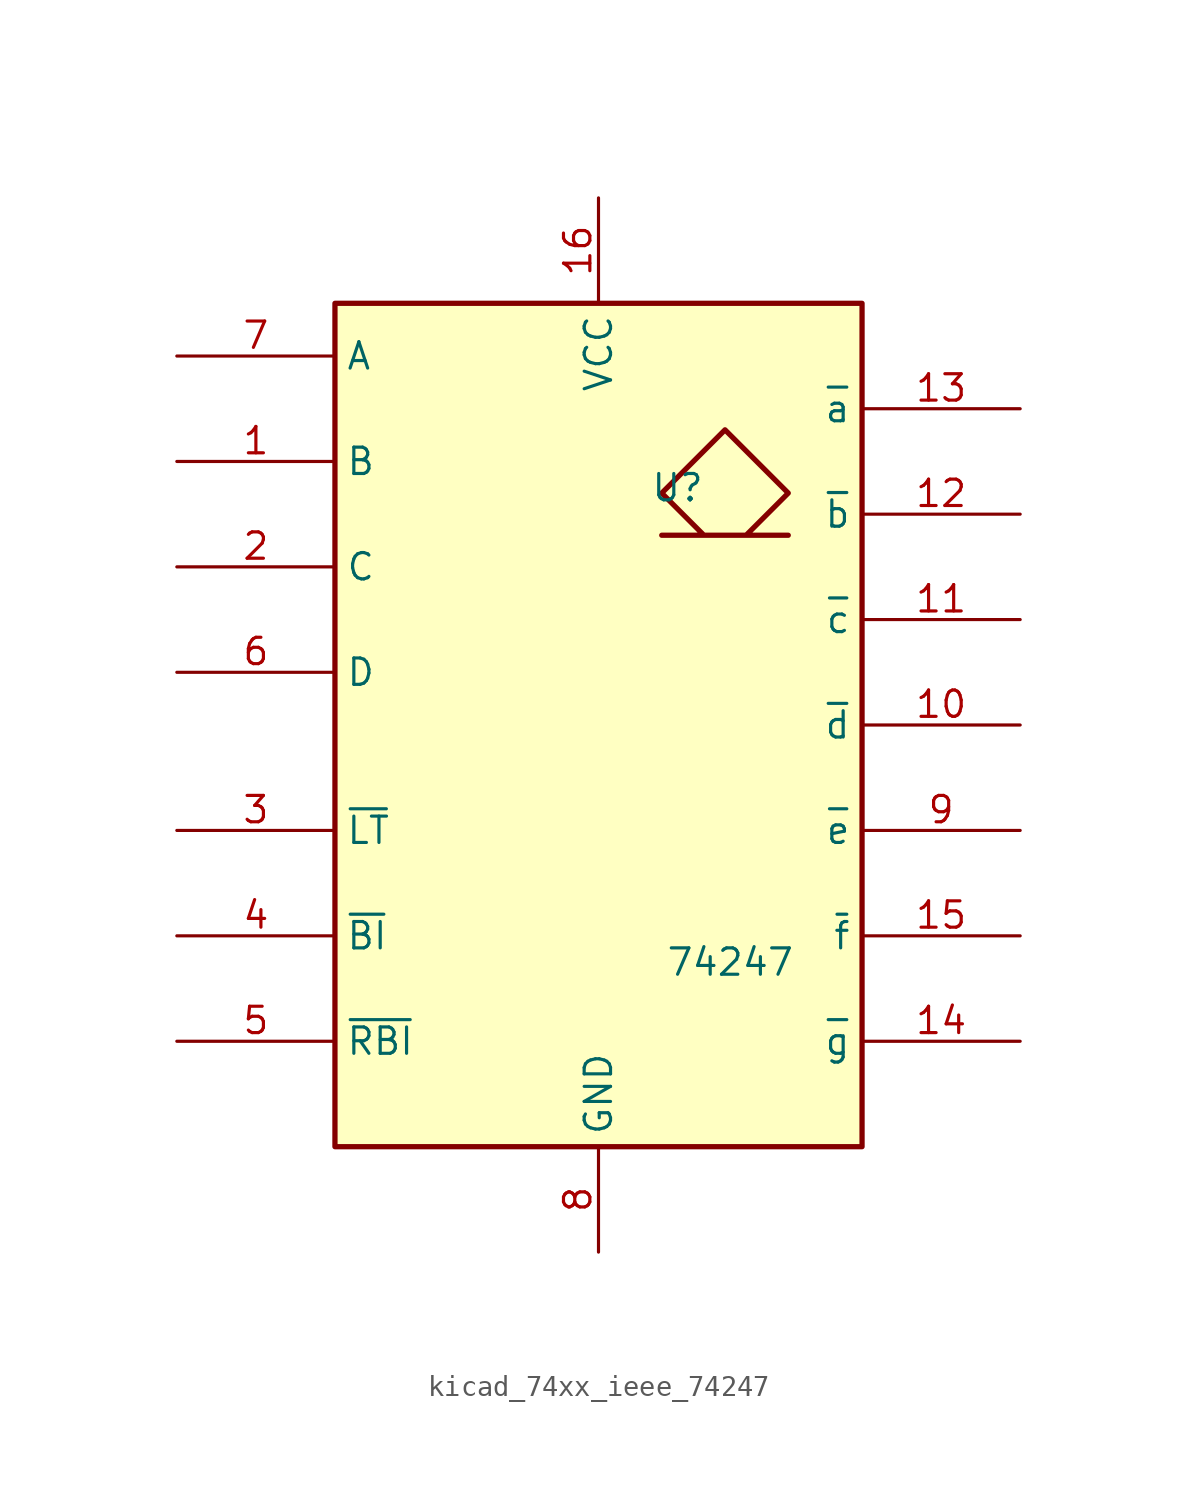
<source format=kicad_sym>
(kicad_symbol_lib
  (version 20220914)
  (generator kicad_symbol_editor)
  (symbol "kicad_74xx_ieee_74247"
    (property "Reference" "U"
      (at 3.81 11.43 0)
      (effects (font (size 1.27 1.27))))
    (property "Value" "74247"
      (at 6.35 -11.43 0)
      (effects (font (size 1.27 1.27))))
    (symbol "kicad_74xx_ieee_74247_0_0"
      (rectangle (start -12.7 20.32) (end 12.7 -20.32) (stroke (width 0.254) (type default)) (fill (type background)))
      (polyline (pts (xy 7.112 9.144) (xy 9.144 11.176) (xy 6.096 14.224) (xy 3.048 11.176) (xy 5.08 9.144) (xy 3.048 9.144) (xy 9.144 9.144) (xy 9.144 9.144)) (stroke (width 0.254) (type default)) (fill (type background)))
      (pin power_in line (at 0 25.4 270) (length 5.08) (name "VCC" (effects (font (size 1.27 1.27)))) (number "16" (effects (font (size 1.27 1.27)))))
      (pin power_in line (at 0 -25.4 90) (length 5.08) (name "GND" (effects (font (size 1.27 1.27)))) (number "8" (effects (font (size 1.27 1.27))))))
    (symbol "kicad_74xx_ieee_74247_1_1"
      (pin input line (at -20.32 12.7 0) (length 7.62) (name "B" (effects (font (size 1.27 1.27)))) (number "1" (effects (font (size 1.27 1.27)))))
      (pin open_collector line (at 20.32 0 180) (length 7.62) (name "~{d}" (effects (font (size 1.27 1.27)))) (number "10" (effects (font (size 1.27 1.27)))))
      (pin open_collector line (at 20.32 5.08 180) (length 7.62) (name "~{c}" (effects (font (size 1.27 1.27)))) (number "11" (effects (font (size 1.27 1.27)))))
      (pin open_collector line (at 20.32 10.16 180) (length 7.62) (name "~{b}" (effects (font (size 1.27 1.27)))) (number "12" (effects (font (size 1.27 1.27)))))
      (pin open_collector line (at 20.32 15.24 180) (length 7.62) (name "~{a}" (effects (font (size 1.27 1.27)))) (number "13" (effects (font (size 1.27 1.27)))))
      (pin open_collector line (at 20.32 -15.24 180) (length 7.62) (name "~{g}" (effects (font (size 1.27 1.27)))) (number "14" (effects (font (size 1.27 1.27)))))
      (pin open_collector line (at 20.32 -10.16 180) (length 7.62) (name "~{f}" (effects (font (size 1.27 1.27)))) (number "15" (effects (font (size 1.27 1.27)))))
      (pin input line (at -20.32 7.62 0) (length 7.62) (name "C" (effects (font (size 1.27 1.27)))) (number "2" (effects (font (size 1.27 1.27)))))
      (pin input line (at -20.32 -5.08 0) (length 7.62) (name "~{LT}" (effects (font (size 1.27 1.27)))) (number "3" (effects (font (size 1.27 1.27)))))
      (pin input line (at -20.32 -10.16 0) (length 7.62) (name "~{BI}" (effects (font (size 1.27 1.27)))) (number "4" (effects (font (size 1.27 1.27)))))
      (pin input line (at -20.32 -15.24 0) (length 7.62) (name "~{RBI}" (effects (font (size 1.27 1.27)))) (number "5" (effects (font (size 1.27 1.27)))))
      (pin input line (at -20.32 2.54 0) (length 7.62) (name "D" (effects (font (size 1.27 1.27)))) (number "6" (effects (font (size 1.27 1.27)))))
      (pin input line (at -20.32 17.78 0) (length 7.62) (name "A" (effects (font (size 1.27 1.27)))) (number "7" (effects (font (size 1.27 1.27)))))
      (pin open_collector line (at 20.32 -5.08 180) (length 7.62) (name "~{e}" (effects (font (size 1.27 1.27)))) (number "9" (effects (font (size 1.27 1.27))))))))
</source>
